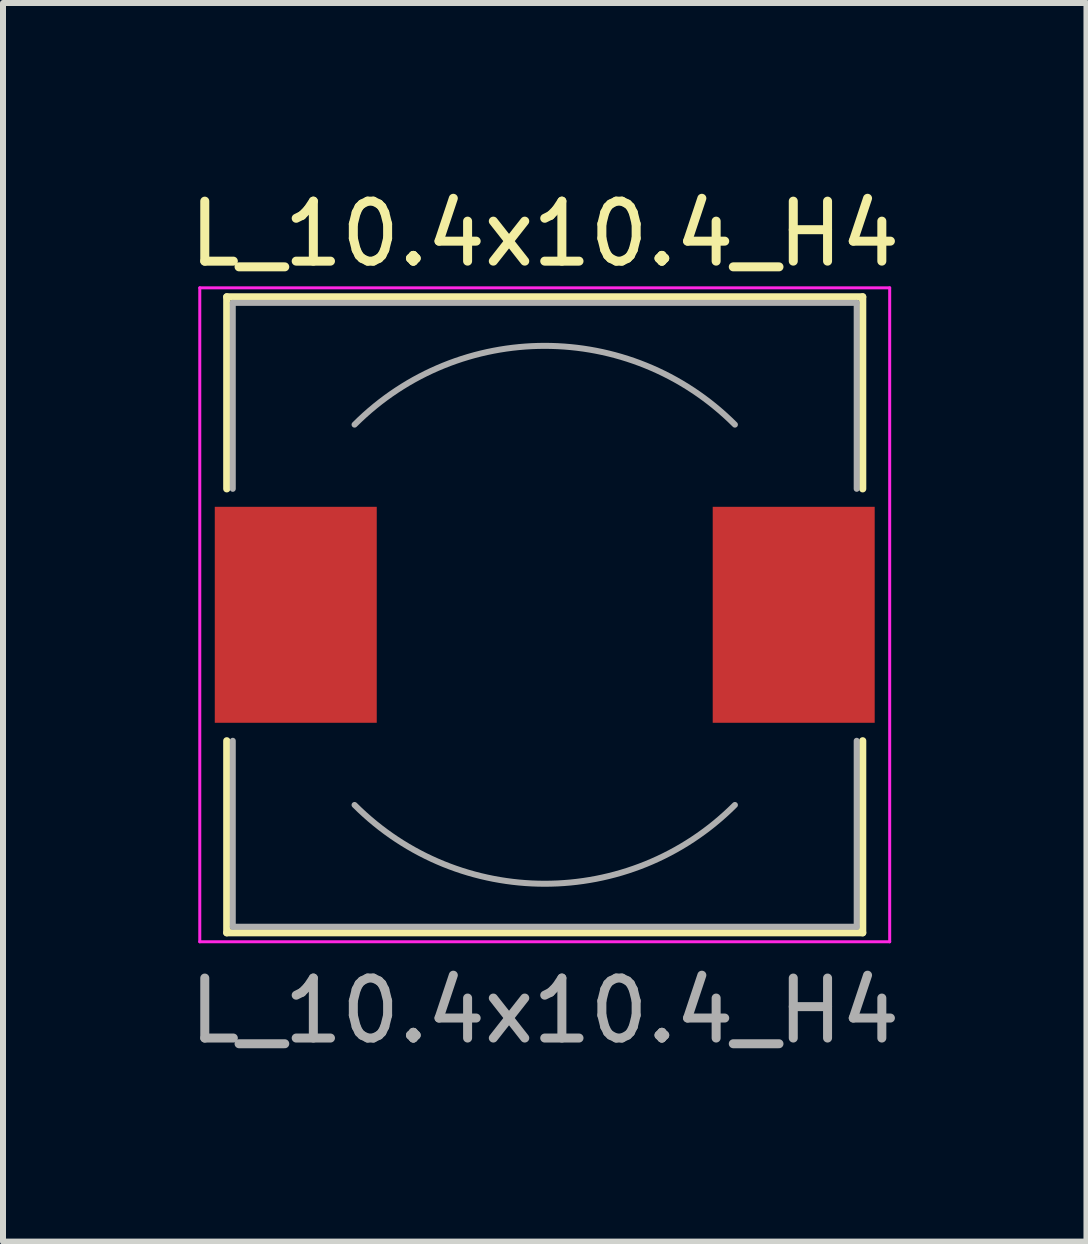
<source format=kicad_pcb>
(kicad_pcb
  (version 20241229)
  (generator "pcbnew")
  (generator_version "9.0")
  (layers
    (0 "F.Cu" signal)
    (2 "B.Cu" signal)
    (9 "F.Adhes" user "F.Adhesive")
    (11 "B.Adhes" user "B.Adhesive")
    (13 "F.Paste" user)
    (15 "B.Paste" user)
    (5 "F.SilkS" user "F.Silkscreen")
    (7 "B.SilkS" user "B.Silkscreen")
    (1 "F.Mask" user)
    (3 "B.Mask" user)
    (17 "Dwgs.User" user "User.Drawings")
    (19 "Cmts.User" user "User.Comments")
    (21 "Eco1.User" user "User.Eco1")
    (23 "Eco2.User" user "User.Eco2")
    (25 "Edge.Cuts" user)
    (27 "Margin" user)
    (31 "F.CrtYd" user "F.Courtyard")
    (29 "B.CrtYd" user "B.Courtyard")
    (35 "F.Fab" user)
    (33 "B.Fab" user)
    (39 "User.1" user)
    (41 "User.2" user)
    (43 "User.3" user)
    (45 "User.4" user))
  (footprint "L_10.4x10.4_H4"
    (layer "F.Cu")
    (at 6.03 7.198)
    (property "Reference" "L_10.4x10.4_H4" (at 0 -6.35 0) (layer "F.SilkS") (effects (font (size 1 1) (thickness 0.15))))
    (attr smd)
    (fp_line (start -5.3 -5.3) (end 5.3 -5.3) (stroke (width 0.12) (type solid)) (layer "F.SilkS"))
    (fp_line (start -5.3 -2.1) (end -5.3 -5.3) (stroke (width 0.12) (type solid)) (layer "F.SilkS"))
    (fp_line (start -5.3 5.3) (end -5.3 2.1) (stroke (width 0.12) (type solid)) (layer "F.SilkS"))
    (fp_line (start 5.3 -5.3) (end 5.3 -2.1) (stroke (width 0.12) (type solid)) (layer "F.SilkS"))
    (fp_line (start 5.3 2.1) (end 5.3 5.3) (stroke (width 0.12) (type solid)) (layer "F.SilkS"))
    (fp_line (start 5.3 5.3) (end -5.3 5.3) (stroke (width 0.12) (type solid)) (layer "F.SilkS"))
    (fp_line (start -5.75 -5.45) (end -5.75 5.45) (stroke (width 0.05) (type solid)) (layer "F.CrtYd"))
    (fp_line (start -5.75 5.45) (end 5.75 5.45) (stroke (width 0.05) (type solid)) (layer "F.CrtYd"))
    (fp_line (start 5.75 -5.45) (end -5.75 -5.45) (stroke (width 0.05) (type solid)) (layer "F.CrtYd"))
    (fp_line (start 5.75 5.45) (end 5.75 -5.45) (stroke (width 0.05) (type solid)) (layer "F.CrtYd"))
    (fp_line (start -5.2 -5.2) (end -5.2 -2.1) (stroke (width 0.1) (type solid)) (layer "F.Fab"))
    (fp_line (start -5.2 -5.2) (end 5.2 -5.2) (stroke (width 0.1) (type solid)) (layer "F.Fab"))
    (fp_line (start -5.2 5.2) (end -5.2 2.1) (stroke (width 0.1) (type solid)) (layer "F.Fab"))
    (fp_line (start -5.2 5.2) (end 5.2 5.2) (stroke (width 0.1) (type solid)) (layer "F.Fab"))
    (fp_line (start 5.2 -5.2) (end 5.2 -2.1) (stroke (width 0.1) (type solid)) (layer "F.Fab"))
    (fp_line (start 5.2 5.2) (end 5.2 2.1) (stroke (width 0.1) (type solid)) (layer "F.Fab"))
    (fp_arc (start -3.17 -3.17) (mid 0 -4.483057) (end 3.17 -3.17) (stroke (width 0.1) (type solid)) (layer "F.Fab"))
    (fp_arc (start 3.17 3.17) (mid 0 4.483057) (end -3.17 3.17) (stroke (width 0.1) (type solid)) (layer "F.Fab"))
    (fp_text user "${REFERENCE}" (at 0 6.6 0) (layer "F.Fab") (effects (font (size 1 1) (thickness 0.15))))
    (pad "1" smd rect (at -4.15 0) (size 2.7 3.6) (layers "F.Cu" "F.Mask" "F.Paste"))
    (pad "2" smd rect (at 4.15 0) (size 2.7 3.6) (layers "F.Cu" "F.Mask" "F.Paste")))
  (gr_rect
    (start -3 -3)
    (end 15.06 17.646)
    (stroke (width 0.1) (type default))
    (fill no)
    (layer "Edge.Cuts")))
</source>
